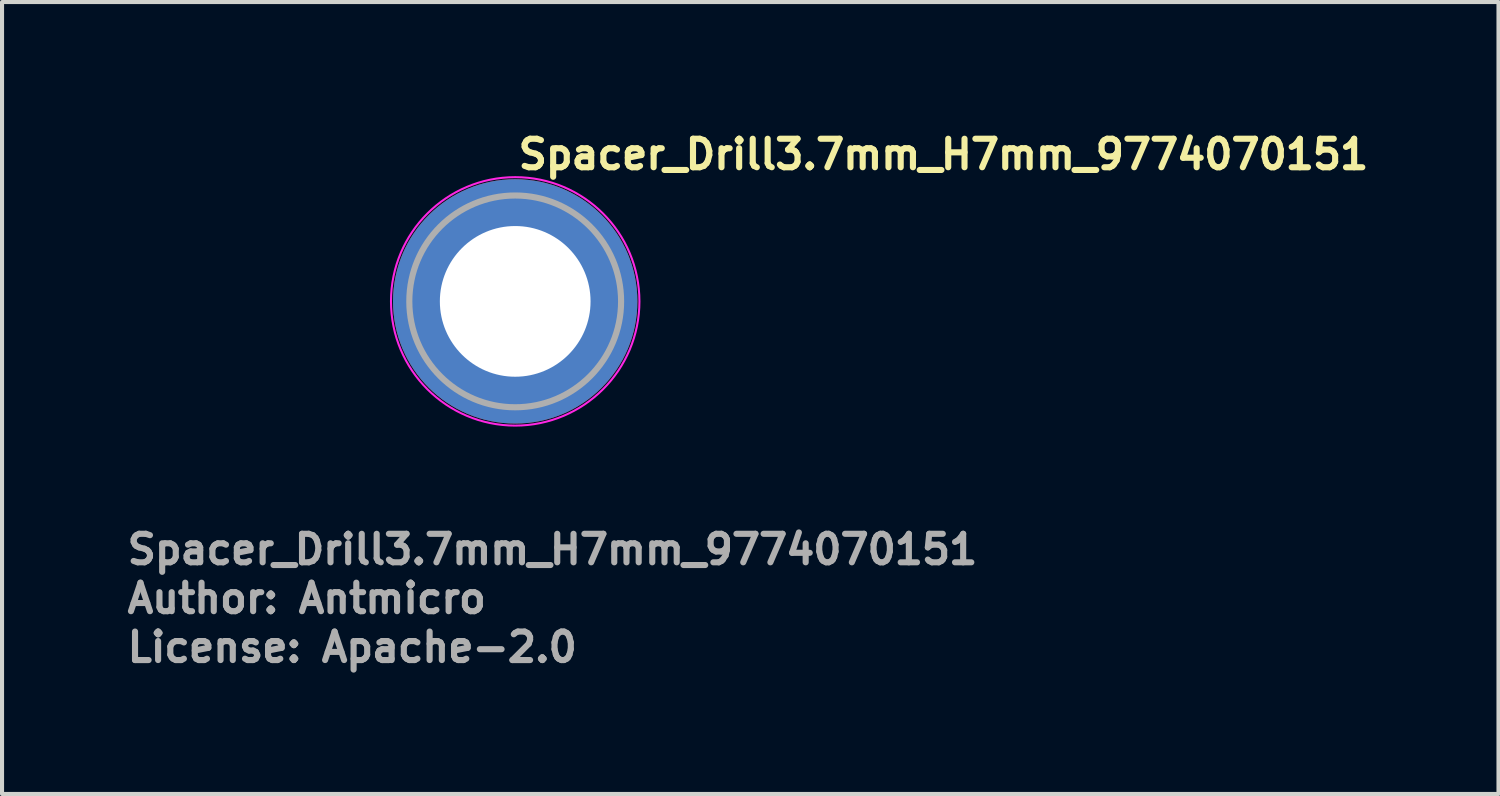
<source format=kicad_pcb>
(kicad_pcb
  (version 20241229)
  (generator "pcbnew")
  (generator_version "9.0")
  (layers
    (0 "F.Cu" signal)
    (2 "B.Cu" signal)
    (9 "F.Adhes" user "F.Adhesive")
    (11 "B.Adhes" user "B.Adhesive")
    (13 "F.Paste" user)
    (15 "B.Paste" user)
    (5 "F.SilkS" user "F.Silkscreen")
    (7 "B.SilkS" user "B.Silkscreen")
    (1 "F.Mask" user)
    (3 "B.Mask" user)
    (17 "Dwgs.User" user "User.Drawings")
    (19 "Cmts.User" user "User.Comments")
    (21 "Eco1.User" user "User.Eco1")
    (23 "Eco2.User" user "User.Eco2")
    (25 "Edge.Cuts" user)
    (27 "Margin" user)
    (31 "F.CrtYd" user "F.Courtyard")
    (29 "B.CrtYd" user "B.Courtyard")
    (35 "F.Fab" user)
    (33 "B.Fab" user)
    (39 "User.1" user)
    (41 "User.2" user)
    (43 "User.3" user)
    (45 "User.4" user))
  (footprint "Spacer_Drill3.7mm_H7mm_9774070151"
    (layer "F.Cu")
    (at 9.6 4.35)
    (property "Reference" "Spacer_Drill3.7mm_H7mm_9774070151" (at 0 -3.2 0) (layer "F.SilkS") (effects (font (size 0.7 0.7) (thickness 0.15)) (justify left bottom)))
    (attr smd)
    (fp_circle (center 0 0) (end 3.05 0) (stroke (width 0.05) (type solid)) (fill no) (layer "F.CrtYd"))
    (fp_circle (center 0 0) (end 2.6 0) (stroke (width 0.15) (type solid)) (fill no) (layer "F.Fab"))
    (fp_circle (center 0 0) (end 2.6 0) (stroke (width 0.1) (type solid)) (fill no) (layer "User.5"))
    (fp_circle (center 0 0) (end 1 0) (stroke (width 0.02) (type default)) (fill no) (layer "User.9"))
    (fp_circle (center 0 0) (end 2.55 0) (stroke (width 0.02) (type default)) (fill no) (layer "User.9"))
    (fp_text user "License: Apache-2.0" (at -9.6 8.9 0) (layer "F.Fab") (effects (font (size 0.7 0.7) (thickness 0.15)) (justify left bottom)))
    (fp_text user "${REFERENCE}" (at -9.6 6.5 0) (layer "F.Fab") (effects (font (size 0.7 0.7) (thickness 0.15)) (justify left bottom)))
    (fp_text user "Author: Antmicro" (at -9.6 7.7 0) (layer "F.Fab") (effects (font (size 0.7 0.7) (thickness 0.15)) (justify left bottom)))
    (pad "" smd custom (at -1.7 -1.7) (size 0.62 0.62) (layers "F.Paste") (options (anchor circle)) (primitives (gr_arc (start -0.250195 1.279127) (mid 0.285453 0.294389) (end 1.266786 -0.24747) (width 0.2)) (gr_arc (start -0.34334 1.279127) (mid 0.218448 0.232561) (end 1.259603 -0.339191) (width 0.2)) (gr_arc (start -0.436309 1.279127) (mid 0.152481 0.169693) (end 1.255279 -0.431435) (width 0.2)) (gr_arc (start -0.529126 1.279127) (mid 0.087542 0.105784) (end 1.253811 -0.524161) (width 0.2)) (gr_arc (start -0.621807 1.279127) (mid 0.0309 0.033527) (end 1.275473 -0.621136) (width 0.2)) (gr_arc (start -0.71437 1.279127) (mid -0.037758 -0.026651) (end 1.263664 -0.711602) (width 0.2)) (gr_arc (start -0.806826 1.279127) (mid -0.105837 -0.087395) (end 1.253435 -0.802342) (width 0.2)) (gr_arc (start -0.899187 1.279127) (mid -0.165236 -0.156885) (end 1.267475 -0.897258) (width 0.2)) (gr_arc (start -0.991463 1.279127) (mid -0.228522 -0.222449) (end 1.270645 -0.990112) (width 0.2)) (gr_arc (start -1.083663 1.279127) (mid -0.294507 -0.285313) (end 1.266278 -1.081674) (width 0.2)) (gr_line (start 1.279 -0.25) (end 1.279 -1.084) (width 0.2)) (gr_line (start -0.25 1.279) (end -1.084 1.279) (width 0.2))))
    (pad "" smd custom (at -1.7 1.7 90) (size 0.62 0.62) (layers "F.Paste") (options (anchor circle)) (primitives (gr_arc (start -0.250195 1.279127) (mid 0.285453 0.294389) (end 1.266786 -0.24747) (width 0.2)) (gr_arc (start -0.34334 1.279127) (mid 0.218448 0.232561) (end 1.259603 -0.339191) (width 0.2)) (gr_arc (start -0.436309 1.279127) (mid 0.152481 0.169693) (end 1.255279 -0.431435) (width 0.2)) (gr_arc (start -0.529126 1.279127) (mid 0.087542 0.105784) (end 1.253811 -0.524161) (width 0.2)) (gr_arc (start -0.621807 1.279127) (mid 0.0309 0.033527) (end 1.275473 -0.621136) (width 0.2)) (gr_arc (start -0.71437 1.279127) (mid -0.037758 -0.026651) (end 1.263664 -0.711602) (width 0.2)) (gr_arc (start -0.806826 1.279127) (mid -0.105837 -0.087395) (end 1.253435 -0.802342) (width 0.2)) (gr_arc (start -0.899187 1.279127) (mid -0.165236 -0.156885) (end 1.267475 -0.897258) (width 0.2)) (gr_arc (start -0.991463 1.279127) (mid -0.228522 -0.222449) (end 1.270645 -0.990112) (width 0.2)) (gr_arc (start -1.083663 1.279127) (mid -0.294507 -0.285313) (end 1.266278 -1.081674) (width 0.2)) (gr_line (start 1.279 -0.25) (end 1.279 -1.084) (width 0.2)) (gr_line (start -0.25 1.279) (end -1.084 1.279) (width 0.2))))
    (pad "" smd custom (at 1.7 -1.7 270) (size 0.62 0.62) (layers "F.Paste") (options (anchor circle)) (primitives (gr_arc (start -0.250195 1.279127) (mid 0.285453 0.294389) (end 1.266786 -0.24747) (width 0.2)) (gr_arc (start -0.34334 1.279127) (mid 0.218448 0.232561) (end 1.259603 -0.339191) (width 0.2)) (gr_arc (start -0.436309 1.279127) (mid 0.152481 0.169693) (end 1.255279 -0.431435) (width 0.2)) (gr_arc (start -0.529126 1.279127) (mid 0.087542 0.105784) (end 1.253811 -0.524161) (width 0.2)) (gr_arc (start -0.621807 1.279127) (mid 0.0309 0.033527) (end 1.275473 -0.621136) (width 0.2)) (gr_arc (start -0.71437 1.279127) (mid -0.037758 -0.026651) (end 1.263664 -0.711602) (width 0.2)) (gr_arc (start -0.806826 1.279127) (mid -0.105837 -0.087395) (end 1.253435 -0.802342) (width 0.2)) (gr_arc (start -0.899187 1.279127) (mid -0.165236 -0.156885) (end 1.267475 -0.897258) (width 0.2)) (gr_arc (start -0.991463 1.279127) (mid -0.228522 -0.222449) (end 1.270645 -0.990112) (width 0.2)) (gr_arc (start -1.083663 1.279127) (mid -0.294507 -0.285313) (end 1.266278 -1.081674) (width 0.2)) (gr_line (start 1.279 -0.25) (end 1.279 -1.084) (width 0.2)) (gr_line (start -0.25 1.279) (end -1.084 1.279) (width 0.2))))
    (pad "" smd custom (at 1.7 1.7 180) (size 0.62 0.62) (layers "F.Paste") (options (anchor circle)) (primitives (gr_arc (start -0.250195 1.279127) (mid 0.285453 0.294389) (end 1.266786 -0.24747) (width 0.2)) (gr_arc (start -0.34334 1.279127) (mid 0.218448 0.232561) (end 1.259603 -0.339191) (width 0.2)) (gr_arc (start -0.436309 1.279127) (mid 0.152481 0.169693) (end 1.255279 -0.431435) (width 0.2)) (gr_arc (start -0.529126 1.279127) (mid 0.087542 0.105784) (end 1.253811 -0.524161) (width 0.2)) (gr_arc (start -0.621807 1.279127) (mid 0.0309 0.033527) (end 1.275473 -0.621136) (width 0.2)) (gr_arc (start -0.71437 1.279127) (mid -0.037758 -0.026651) (end 1.263664 -0.711602) (width 0.2)) (gr_arc (start -0.806826 1.279127) (mid -0.105837 -0.087395) (end 1.253435 -0.802342) (width 0.2)) (gr_arc (start -0.899187 1.279127) (mid -0.165236 -0.156885) (end 1.267475 -0.897258) (width 0.2)) (gr_arc (start -0.991463 1.279127) (mid -0.228522 -0.222449) (end 1.270645 -0.990112) (width 0.2)) (gr_arc (start -1.083663 1.279127) (mid -0.294507 -0.285313) (end 1.266278 -1.081674) (width 0.2)) (gr_line (start 1.279 -0.25) (end 1.279 -1.084) (width 0.2)) (gr_line (start -0.25 1.279) (end -1.084 1.279) (width 0.2))))
    (pad "1" thru_hole circle (at 0 0) (size 6 6) (drill 3.7) (layers "*.Cu" "*.Mask")))
  (gr_rect
    (start -3 -3)
    (end 33.743 16.445)
    (stroke (width 0.1) (type default))
    (fill no)
    (layer "Edge.Cuts")))
</source>
